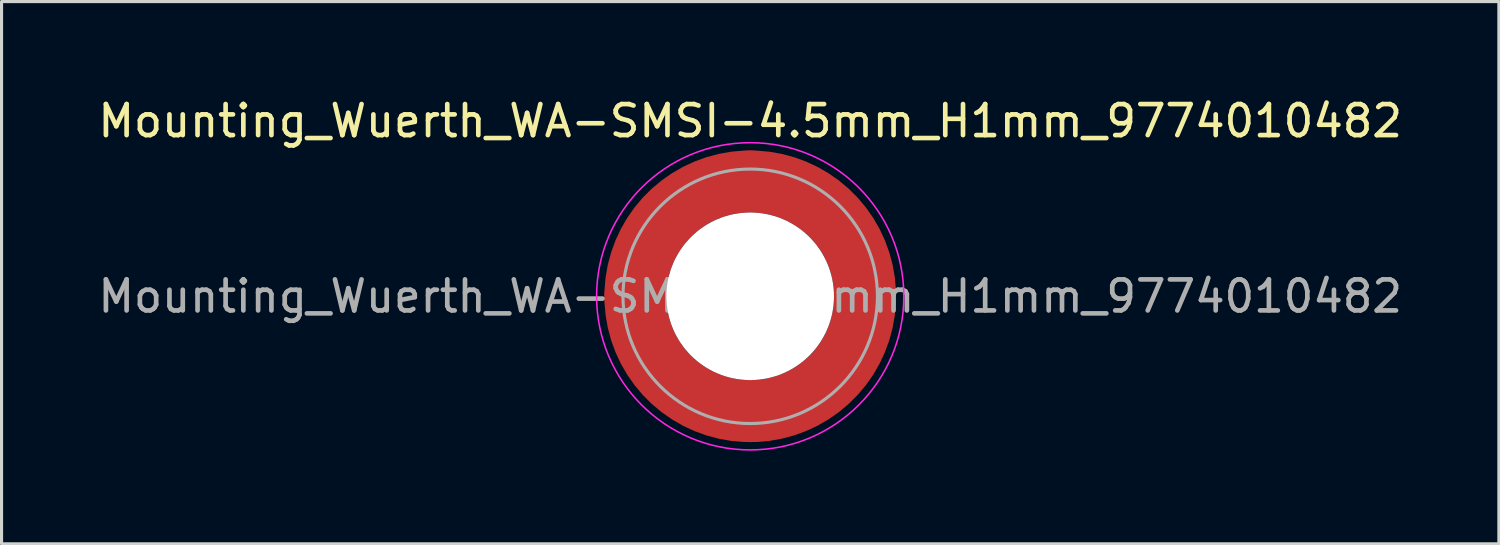
<source format=kicad_pcb>
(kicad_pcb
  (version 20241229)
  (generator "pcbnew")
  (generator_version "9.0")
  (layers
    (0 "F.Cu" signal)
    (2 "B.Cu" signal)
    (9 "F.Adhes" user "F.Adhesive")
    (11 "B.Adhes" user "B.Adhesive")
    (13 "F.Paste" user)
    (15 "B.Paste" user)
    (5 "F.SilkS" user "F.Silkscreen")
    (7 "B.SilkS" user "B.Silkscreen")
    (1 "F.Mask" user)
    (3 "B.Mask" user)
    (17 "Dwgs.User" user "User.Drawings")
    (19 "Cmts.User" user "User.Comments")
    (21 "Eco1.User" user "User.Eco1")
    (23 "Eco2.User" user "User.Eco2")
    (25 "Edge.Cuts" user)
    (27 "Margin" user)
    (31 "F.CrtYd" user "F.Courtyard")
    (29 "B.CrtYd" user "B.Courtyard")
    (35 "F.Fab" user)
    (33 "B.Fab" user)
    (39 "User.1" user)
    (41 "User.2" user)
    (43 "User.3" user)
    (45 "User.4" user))
  (footprint "Mounting_Wuerth_WA-SMSI-4.5mm_H1mm_9774010482"
    (layer "F.Cu")
    (at 21.125 6.498)
    (property "Reference" "Mounting_Wuerth_WA-SMSI-4.5mm_H1mm_9774010482" (at 0 -5.65 0) (layer "F.SilkS") (effects (font (size 1 1) (thickness 0.15))))
    (attr smd)
    (fp_circle (center 0 0) (end 4.95 0) (stroke (width 0.05) (type solid)) (fill no) (layer "F.CrtYd"))
    (fp_circle (center 0 0) (end 4.1 0) (stroke (width 0.1) (type solid)) (fill no) (layer "F.Fab"))
    (fp_text user "${REFERENCE}" (at 0 0 0) (layer "F.Fab") (effects (font (size 1 1) (thickness 0.15))))
    (pad "" smd custom (at -2.607 -2.607) (size 0.948 0.948) (layers "F.Paste") (options (anchor circle)) (primitives (gr_arc (start -0.188183 2.107456) (mid 0.599273 0.599273) (end 2.107456 -0.188183) (width 0.2)) (gr_arc (start -0.289416 2.107456) (mid 0.52877 0.52877) (end 2.107456 -0.289416) (width 0.2)) (gr_arc (start -0.390547 2.107456) (mid 0.458268 0.458268) (end 2.107456 -0.390547) (width 0.2)) (gr_arc (start -0.491585 2.107456) (mid 0.387765 0.387765) (end 2.107456 -0.491585) (width 0.2)) (gr_arc (start -0.59254 2.107456) (mid 0.317262 0.317262) (end 2.107456 -0.59254) (width 0.2)) (gr_arc (start -0.693419 2.107456) (mid 0.24676 0.24676) (end 2.107456 -0.693419) (width 0.2)) (gr_arc (start -0.794229 2.107456) (mid 0.176257 0.176257) (end 2.107456 -0.794229) (width 0.2)) (gr_arc (start -0.894975 2.107456) (mid 0.105754 0.105754) (end 2.107456 -0.894975) (width 0.2)) (gr_arc (start -0.995664 2.107456) (mid 0.035251 0.035251) (end 2.107456 -0.995664) (width 0.2)) (gr_arc (start -1.0963 2.107456) (mid -0.035252 -0.035252) (end 2.107456 -1.0963) (width 0.2)) (gr_arc (start -1.196886 2.107456) (mid -0.105754 -0.105754) (end 2.107456 -1.196886) (width 0.2)) (gr_arc (start -1.297427 2.107456) (mid -0.176257 -0.176257) (end 2.107456 -1.297427) (width 0.2)) (gr_arc (start -1.397927 2.107456) (mid -0.24676 -0.24676) (end 2.107456 -1.397927) (width 0.2)) (gr_arc (start -1.498388 2.107456) (mid -0.317262 -0.317262) (end 2.107456 -1.498388) (width 0.2)) (gr_arc (start -1.598813 2.107456) (mid -0.387765 -0.387765) (end 2.107456 -1.598813) (width 0.2)) (gr_arc (start -1.699204 2.107456) (mid -0.458267 -0.458267) (end 2.107456 -1.699204) (width 0.2)) (gr_arc (start -1.799565 2.107456) (mid -0.528771 -0.528771) (end 2.107456 -1.799565) (width 0.2)) (gr_arc (start -1.899896 2.107456) (mid -0.599273 -0.599273) (end 2.107456 -1.899896) (width 0.2)) (gr_arc (start -1.899896 2.107456) (mid -0.599273 -0.599273) (end 2.107456 -1.899896) (width 0.2)) (gr_line (start 2.107 -0.188) (end 2.107 -1.9) (width 0.2)) (gr_line (start -0.188 2.107) (end -1.9 2.107) (width 0.2))))
    (pad "" smd custom (at -2.607 2.607) (size 0.948 0.948) (layers "F.Paste") (options (anchor circle)) (primitives (gr_arc (start 2.107456 0.188183) (mid 0.599273 -0.599273) (end -0.188183 -2.107456) (width 0.2)) (gr_arc (start 2.107456 0.289416) (mid 0.52877 -0.52877) (end -0.289416 -2.107456) (width 0.2)) (gr_arc (start 2.107456 0.390547) (mid 0.458268 -0.458268) (end -0.390547 -2.107456) (width 0.2)) (gr_arc (start 2.107456 0.491585) (mid 0.387765 -0.387765) (end -0.491585 -2.107456) (width 0.2)) (gr_arc (start 2.107456 0.59254) (mid 0.317262 -0.317262) (end -0.59254 -2.107456) (width 0.2)) (gr_arc (start 2.107456 0.693419) (mid 0.24676 -0.24676) (end -0.693419 -2.107456) (width 0.2)) (gr_arc (start 2.107456 0.794229) (mid 0.176257 -0.176257) (end -0.794229 -2.107456) (width 0.2)) (gr_arc (start 2.107456 0.894975) (mid 0.105754 -0.105754) (end -0.894975 -2.107456) (width 0.2)) (gr_arc (start 2.107456 0.995664) (mid 0.035251 -0.035251) (end -0.995664 -2.107456) (width 0.2)) (gr_arc (start 2.107456 1.0963) (mid -0.035252 0.035252) (end -1.0963 -2.107456) (width 0.2)) (gr_arc (start 2.107456 1.196886) (mid -0.105754 0.105754) (end -1.196886 -2.107456) (width 0.2)) (gr_arc (start 2.107456 1.297427) (mid -0.176257 0.176257) (end -1.297427 -2.107456) (width 0.2)) (gr_arc (start 2.107456 1.397927) (mid -0.24676 0.24676) (end -1.397927 -2.107456) (width 0.2)) (gr_arc (start 2.107456 1.498388) (mid -0.317262 0.317262) (end -1.498388 -2.107456) (width 0.2)) (gr_arc (start 2.107456 1.598813) (mid -0.387765 0.387765) (end -1.598813 -2.107456) (width 0.2)) (gr_arc (start 2.107456 1.699204) (mid -0.458267 0.458267) (end -1.699204 -2.107456) (width 0.2)) (gr_arc (start 2.107456 1.799565) (mid -0.528771 0.528771) (end -1.799565 -2.107456) (width 0.2)) (gr_arc (start 2.107456 1.899896) (mid -0.599273 0.599273) (end -1.899896 -2.107456) (width 0.2)) (gr_arc (start 2.107456 1.899896) (mid -0.599273 0.599273) (end -1.899896 -2.107456) (width 0.2)) (gr_line (start -0.188 -2.107) (end -1.9 -2.107) (width 0.2)) (gr_line (start 2.107 0.188) (end 2.107 1.9) (width 0.2))))
    (pad "" np_thru_hole circle (at 0 0) (size 5.4 5.4) (drill 5.4) (layers "*.Cu" "*.Mask"))
    (pad "" smd custom (at 2.607 -2.607) (size 0.948 0.948) (layers "F.Paste") (options (anchor circle)) (primitives (gr_arc (start -2.107456 -0.188183) (mid -0.599273 0.599273) (end 0.188183 2.107456) (width 0.2)) (gr_arc (start -2.107456 -0.289416) (mid -0.52877 0.52877) (end 0.289416 2.107456) (width 0.2)) (gr_arc (start -2.107456 -0.390547) (mid -0.458268 0.458268) (end 0.390547 2.107456) (width 0.2)) (gr_arc (start -2.107456 -0.491585) (mid -0.387765 0.387765) (end 0.491585 2.107456) (width 0.2)) (gr_arc (start -2.107456 -0.59254) (mid -0.317262 0.317262) (end 0.59254 2.107456) (width 0.2)) (gr_arc (start -2.107456 -0.693419) (mid -0.24676 0.24676) (end 0.693419 2.107456) (width 0.2)) (gr_arc (start -2.107456 -0.794229) (mid -0.176257 0.176257) (end 0.794229 2.107456) (width 0.2)) (gr_arc (start -2.107456 -0.894975) (mid -0.105754 0.105754) (end 0.894975 2.107456) (width 0.2)) (gr_arc (start -2.107456 -0.995664) (mid -0.035251 0.035251) (end 0.995664 2.107456) (width 0.2)) (gr_arc (start -2.107456 -1.0963) (mid 0.035252 -0.035252) (end 1.0963 2.107456) (width 0.2)) (gr_arc (start -2.107456 -1.196886) (mid 0.105754 -0.105754) (end 1.196886 2.107456) (width 0.2)) (gr_arc (start -2.107456 -1.297427) (mid 0.176257 -0.176257) (end 1.297427 2.107456) (width 0.2)) (gr_arc (start -2.107456 -1.397927) (mid 0.24676 -0.24676) (end 1.397927 2.107456) (width 0.2)) (gr_arc (start -2.107456 -1.498388) (mid 0.317262 -0.317262) (end 1.498388 2.107456) (width 0.2)) (gr_arc (start -2.107456 -1.598813) (mid 0.387765 -0.387765) (end 1.598813 2.107456) (width 0.2)) (gr_arc (start -2.107456 -1.699204) (mid 0.458267 -0.458267) (end 1.699204 2.107456) (width 0.2)) (gr_arc (start -2.107456 -1.799565) (mid 0.528771 -0.528771) (end 1.799565 2.107456) (width 0.2)) (gr_arc (start -2.107456 -1.899896) (mid 0.599273 -0.599273) (end 1.899896 2.107456) (width 0.2)) (gr_arc (start -2.107456 -1.899896) (mid 0.599273 -0.599273) (end 1.899896 2.107456) (width 0.2)) (gr_line (start 0.188 2.107) (end 1.9 2.107) (width 0.2)) (gr_line (start -2.107 -0.188) (end -2.107 -1.9) (width 0.2))))
    (pad "" smd custom (at 2.607 2.607) (size 0.948 0.948) (layers "F.Paste") (options (anchor circle)) (primitives (gr_arc (start 0.188183 -2.107456) (mid -0.599273 -0.599273) (end -2.107456 0.188183) (width 0.2)) (gr_arc (start 0.289416 -2.107456) (mid -0.52877 -0.52877) (end -2.107456 0.289416) (width 0.2)) (gr_arc (start 0.390547 -2.107456) (mid -0.458268 -0.458268) (end -2.107456 0.390547) (width 0.2)) (gr_arc (start 0.491585 -2.107456) (mid -0.387765 -0.387765) (end -2.107456 0.491585) (width 0.2)) (gr_arc (start 0.59254 -2.107456) (mid -0.317262 -0.317262) (end -2.107456 0.59254) (width 0.2)) (gr_arc (start 0.693419 -2.107456) (mid -0.24676 -0.24676) (end -2.107456 0.693419) (width 0.2)) (gr_arc (start 0.794229 -2.107456) (mid -0.176257 -0.176257) (end -2.107456 0.794229) (width 0.2)) (gr_arc (start 0.894975 -2.107456) (mid -0.105754 -0.105754) (end -2.107456 0.894975) (width 0.2)) (gr_arc (start 0.995664 -2.107456) (mid -0.035251 -0.035251) (end -2.107456 0.995664) (width 0.2)) (gr_arc (start 1.0963 -2.107456) (mid 0.035252 0.035252) (end -2.107456 1.0963) (width 0.2)) (gr_arc (start 1.196886 -2.107456) (mid 0.105754 0.105754) (end -2.107456 1.196886) (width 0.2)) (gr_arc (start 1.297427 -2.107456) (mid 0.176257 0.176257) (end -2.107456 1.297427) (width 0.2)) (gr_arc (start 1.397927 -2.107456) (mid 0.24676 0.24676) (end -2.107456 1.397927) (width 0.2)) (gr_arc (start 1.498388 -2.107456) (mid 0.317262 0.317262) (end -2.107456 1.498388) (width 0.2)) (gr_arc (start 1.598813 -2.107456) (mid 0.387765 0.387765) (end -2.107456 1.598813) (width 0.2)) (gr_arc (start 1.699204 -2.107456) (mid 0.458267 0.458267) (end -2.107456 1.699204) (width 0.2)) (gr_arc (start 1.799565 -2.107456) (mid 0.528771 0.528771) (end -2.107456 1.799565) (width 0.2)) (gr_arc (start 1.899896 -2.107456) (mid 0.599273 0.599273) (end -2.107456 1.899896) (width 0.2)) (gr_arc (start 1.899896 -2.107456) (mid 0.599273 0.599273) (end -2.107456 1.899896) (width 0.2)) (gr_line (start -2.107 0.188) (end -2.107 1.9) (width 0.2)) (gr_line (start 0.188 -2.107) (end 1.9 -2.107) (width 0.2))))
    (pad "1" smd circle (at -3.7 0) (size 2 2) (layers "F.Cu"))
    (pad "1" smd circle (at 0 -3.7) (size 2 2) (layers "F.Cu"))
    (pad "1" smd circle (at 0 3.7) (size 2 2) (layers "F.Cu"))
    (pad "1" smd custom (at 3.7 0) (size 2 2) (layers "F.Cu" "F.Mask") (options (anchor circle)) (primitives (gr_circle (center -3.7 0) (end 0 0) (width 2) (fill no)))))
  (gr_rect
    (start -3 -3)
    (end 45.25 14.473)
    (stroke (width 0.1) (type default))
    (fill no)
    (layer "Edge.Cuts")))
</source>
